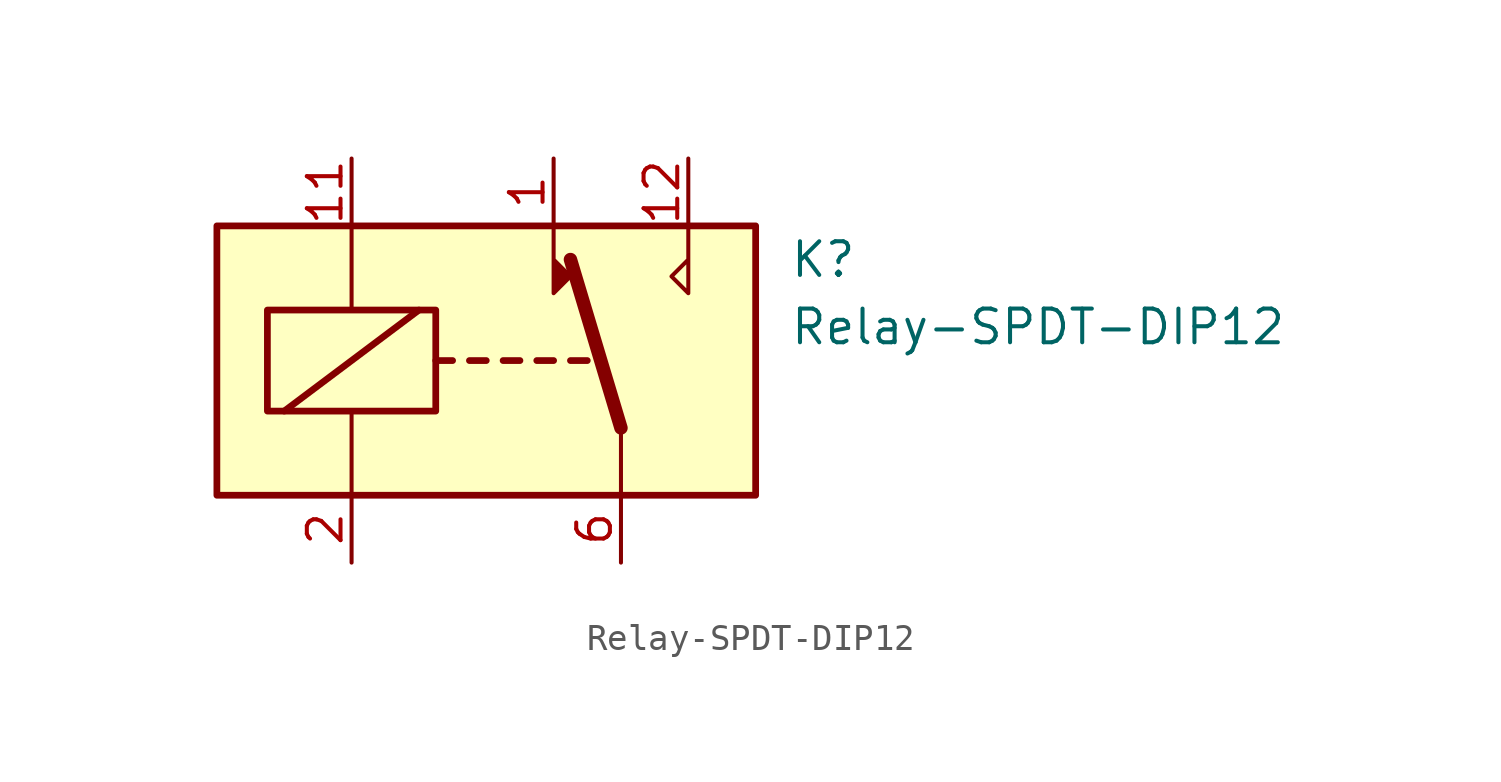
<source format=kicad_sym>
(kicad_symbol_lib
  (version 20220914)
  (generator kicad_symbol_editor)
  (symbol "Relay-SPDT-DIP12"
    (property "Reference" "K"
      (at 11.43 3.81 0)
      (effects (font (size 1.27 1.27)) (justify left)))
    (property "Value" "Relay-SPDT-DIP12"
      (at 11.43 1.27 0)
      (effects (font (size 1.27 1.27)) (justify left)))
    (symbol "Relay-SPDT-DIP12_0_0"
      (polyline (pts (xy 2.54 5.08) (xy 2.54 2.54) (xy 3.175 3.175) (xy 2.54 3.81)) (stroke (width 0) (type solid)) (fill (type outline)))
      (polyline (pts (xy 7.62 5.08) (xy 7.62 2.54) (xy 6.985 3.175) (xy 7.62 3.81)) (stroke (width 0) (type solid)) (fill (type none))))
    (symbol "Relay-SPDT-DIP12_0_1"
      (rectangle (start -10.16 5.08) (end 10.16 -5.08) (stroke (width 0.254) (type solid)) (fill (type background)))
      (rectangle (start -8.255 1.905) (end -1.905 -1.905) (stroke (width 0.254) (type solid)) (fill (type none)))
      (polyline (pts (xy -7.62 -1.905) (xy -2.54 1.905)) (stroke (width 0.254) (type solid)) (fill (type none)))
      (polyline (pts (xy -5.08 -5.08) (xy -5.08 -1.905)) (stroke (width 0) (type solid)) (fill (type none)))
      (polyline (pts (xy -5.08 5.08) (xy -5.08 1.905)) (stroke (width 0) (type solid)) (fill (type none)))
      (polyline (pts (xy -1.905 0) (xy -1.27 0)) (stroke (width 0.254) (type solid)) (fill (type none)))
      (polyline (pts (xy -0.635 0) (xy 0 0)) (stroke (width 0.254) (type solid)) (fill (type none)))
      (polyline (pts (xy 0.635 0) (xy 1.27 0)) (stroke (width 0.254) (type solid)) (fill (type none)))
      (polyline (pts (xy 1.905 0) (xy 2.54 0)) (stroke (width 0.254) (type solid)) (fill (type none)))
      (polyline (pts (xy 3.175 0) (xy 3.81 0)) (stroke (width 0.254) (type solid)) (fill (type none)))
      (polyline (pts (xy 5.08 -2.54) (xy 3.175 3.81)) (stroke (width 0.508) (type solid)) (fill (type none)))
      (polyline (pts (xy 5.08 -2.54) (xy 5.08 -5.08)) (stroke (width 0) (type solid)) (fill (type none))))
    (symbol "Relay-SPDT-DIP12_1_1"
      (pin passive line (at 2.54 7.62 270) (length 2.54) (name "~" (effects (font (size 1.27 1.27)))) (number "1" (effects (font (size 1.27 1.27)))))
      (pin passive line (at -5.08 7.62 270) (length 2.54) (name "~" (effects (font (size 1.27 1.27)))) (number "11" (effects (font (size 1.27 1.27)))))
      (pin passive line (at 7.62 7.62 270) (length 2.54) (name "~" (effects (font (size 1.27 1.27)))) (number "12" (effects (font (size 1.27 1.27)))))
      (pin passive line (at -5.08 -7.62 90) (length 2.54) (name "~" (effects (font (size 1.27 1.27)))) (number "2" (effects (font (size 1.27 1.27)))))
      (pin passive line (at 5.08 -7.62 90) (length 2.54) (name "~" (effects (font (size 1.27 1.27)))) (number "6" (effects (font (size 1.27 1.27)))))
      (pin passive line (at 5.08 -7.62 90) (length 2.54) hide (name "~" (effects (font (size 1.27 1.27)))) (number "7" (effects (font (size 1.27 1.27))))))))
</source>
